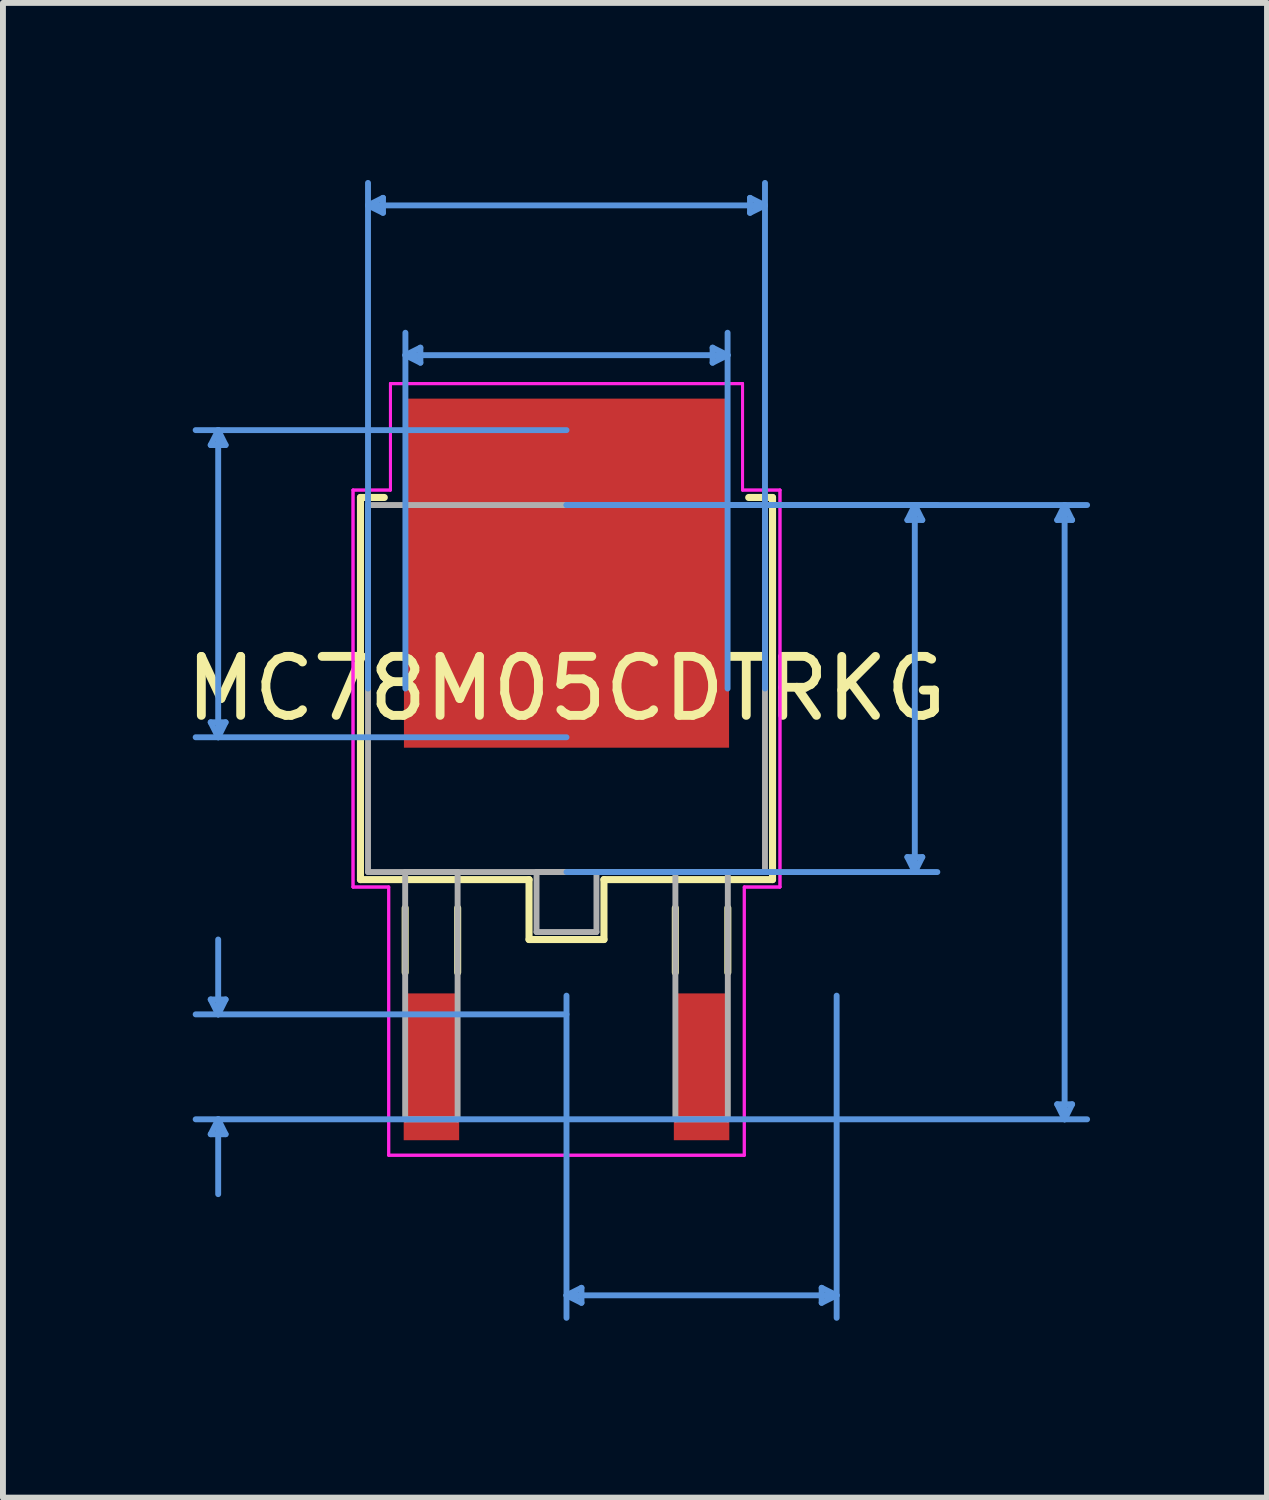
<source format=kicad_pcb>
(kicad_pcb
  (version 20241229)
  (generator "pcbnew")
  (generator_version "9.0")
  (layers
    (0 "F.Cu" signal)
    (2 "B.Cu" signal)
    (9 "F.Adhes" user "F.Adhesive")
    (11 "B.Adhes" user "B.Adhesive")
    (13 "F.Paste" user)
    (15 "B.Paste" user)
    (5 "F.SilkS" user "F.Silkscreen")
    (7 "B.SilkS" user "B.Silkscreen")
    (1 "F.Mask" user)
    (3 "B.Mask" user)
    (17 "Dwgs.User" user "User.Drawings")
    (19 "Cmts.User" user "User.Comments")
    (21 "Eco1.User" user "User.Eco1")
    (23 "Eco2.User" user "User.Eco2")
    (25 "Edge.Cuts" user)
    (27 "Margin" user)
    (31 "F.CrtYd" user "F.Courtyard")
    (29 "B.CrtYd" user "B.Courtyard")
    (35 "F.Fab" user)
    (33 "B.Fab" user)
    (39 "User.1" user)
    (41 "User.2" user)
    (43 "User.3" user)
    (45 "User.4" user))
  (footprint "MC78M05CDTRKG"
    (layer "F.Cu")
    (at 6.554 8.623)
    (property "Reference" "MC78M05CDTRKG" (at 0 0 0) (layer "F.SilkS") (effects (font (size 1 1) (thickness 0.15))))
    (attr through_hole)
    (fp_line (start -3.493 -3.239) (end -3.493 3.239) (stroke (width 0.12) (type solid)) (layer "F.SilkS"))
    (fp_line (start -3.493 3.239) (end -0.635 3.239) (stroke (width 0.12) (type solid)) (layer "F.SilkS"))
    (fp_line (start -3.089 -3.239) (end -3.493 -3.239) (stroke (width 0.12) (type solid)) (layer "F.SilkS"))
    (fp_line (start -2.735 3.721) (end -2.735 4.813) (stroke (width 0.12) (type solid)) (layer "F.SilkS"))
    (fp_line (start -1.845 3.721) (end -1.845 4.813) (stroke (width 0.12) (type solid)) (layer "F.SilkS"))
    (fp_line (start -0.635 3.239) (end -0.635 4.255) (stroke (width 0.12) (type solid)) (layer "F.SilkS"))
    (fp_line (start -0.635 4.255) (end 0.635 4.255) (stroke (width 0.12) (type solid)) (layer "F.SilkS"))
    (fp_line (start 0.635 3.239) (end 3.493 3.239) (stroke (width 0.12) (type solid)) (layer "F.SilkS"))
    (fp_line (start 0.635 4.255) (end 0.635 3.239) (stroke (width 0.12) (type solid)) (layer "F.SilkS"))
    (fp_line (start 1.845 3.721) (end 1.845 4.813) (stroke (width 0.12) (type solid)) (layer "F.SilkS"))
    (fp_line (start 2.735 3.721) (end 2.735 4.813) (stroke (width 0.12) (type solid)) (layer "F.SilkS"))
    (fp_line (start 3.493 -3.239) (end 3.089 -3.239) (stroke (width 0.12) (type solid)) (layer "F.SilkS"))
    (fp_line (start 3.493 3.239) (end 3.493 -3.239) (stroke (width 0.12) (type solid)) (layer "F.SilkS"))
    (fp_line (start -6.032 -4.128) (end -5.779 -4.128) (stroke (width 0.1) (type solid)) (layer "Cmts.User"))
    (fp_line (start -6.032 0.572) (end -5.779 0.572) (stroke (width 0.1) (type solid)) (layer "Cmts.User"))
    (fp_line (start -6.032 5.271) (end -5.779 5.271) (stroke (width 0.1) (type solid)) (layer "Cmts.User"))
    (fp_line (start -6.032 7.556) (end -5.779 7.556) (stroke (width 0.1) (type solid)) (layer "Cmts.User"))
    (fp_line (start -5.905 -4.381) (end -6.032 -4.128) (stroke (width 0.1) (type solid)) (layer "Cmts.User"))
    (fp_line (start -5.905 -4.381) (end -5.905 0.826) (stroke (width 0.1) (type solid)) (layer "Cmts.User"))
    (fp_line (start -5.905 -4.381) (end -5.779 -4.128) (stroke (width 0.1) (type solid)) (layer "Cmts.User"))
    (fp_line (start -5.905 0.826) (end -6.032 0.572) (stroke (width 0.1) (type solid)) (layer "Cmts.User"))
    (fp_line (start -5.905 0.826) (end -5.779 0.572) (stroke (width 0.1) (type solid)) (layer "Cmts.User"))
    (fp_line (start -5.905 5.524) (end -6.032 5.271) (stroke (width 0.1) (type solid)) (layer "Cmts.User"))
    (fp_line (start -5.905 5.524) (end -5.905 4.255) (stroke (width 0.1) (type solid)) (layer "Cmts.User"))
    (fp_line (start -5.905 5.524) (end -5.779 5.271) (stroke (width 0.1) (type solid)) (layer "Cmts.User"))
    (fp_line (start -5.905 7.303) (end -6.032 7.556) (stroke (width 0.1) (type solid)) (layer "Cmts.User"))
    (fp_line (start -5.905 7.303) (end -5.905 8.572) (stroke (width 0.1) (type solid)) (layer "Cmts.User"))
    (fp_line (start -5.905 7.303) (end -5.779 7.556) (stroke (width 0.1) (type solid)) (layer "Cmts.User"))
    (fp_line (start -3.365 -8.191) (end -3.111 -8.319) (stroke (width 0.1) (type solid)) (layer "Cmts.User"))
    (fp_line (start -3.365 -8.191) (end -3.111 -8.065) (stroke (width 0.1) (type solid)) (layer "Cmts.User"))
    (fp_line (start -3.365 -8.191) (end 3.365 -8.191) (stroke (width 0.1) (type solid)) (layer "Cmts.User"))
    (fp_line (start -3.365 0) (end -3.365 -8.572) (stroke (width 0.1) (type solid)) (layer "Cmts.User"))
    (fp_line (start -3.111 -8.319) (end -3.111 -8.065) (stroke (width 0.1) (type solid)) (layer "Cmts.User"))
    (fp_line (start -2.731 -5.652) (end -2.477 -5.779) (stroke (width 0.1) (type solid)) (layer "Cmts.User"))
    (fp_line (start -2.731 -5.652) (end -2.477 -5.524) (stroke (width 0.1) (type solid)) (layer "Cmts.User"))
    (fp_line (start -2.731 -5.652) (end 2.731 -5.652) (stroke (width 0.1) (type solid)) (layer "Cmts.User"))
    (fp_line (start -2.731 0) (end -2.731 -6.032) (stroke (width 0.1) (type solid)) (layer "Cmts.User"))
    (fp_line (start -2.477 -5.779) (end -2.477 -5.524) (stroke (width 0.1) (type solid)) (layer "Cmts.User"))
    (fp_line (start 0 -4.381) (end -6.287 -4.381) (stroke (width 0.1) (type solid)) (layer "Cmts.User"))
    (fp_line (start 0 -3.111) (end 6.287 -3.111) (stroke (width 0.1) (type solid)) (layer "Cmts.User"))
    (fp_line (start 0 -3.111) (end 8.826 -3.111) (stroke (width 0.1) (type solid)) (layer "Cmts.User"))
    (fp_line (start 0 0.826) (end -6.287 0.826) (stroke (width 0.1) (type solid)) (layer "Cmts.User"))
    (fp_line (start 0 3.111) (end 6.287 3.111) (stroke (width 0.1) (type solid)) (layer "Cmts.User"))
    (fp_line (start 0 5.207) (end 0 10.668) (stroke (width 0.1) (type solid)) (layer "Cmts.User"))
    (fp_line (start 0 5.524) (end -6.287 5.524) (stroke (width 0.1) (type solid)) (layer "Cmts.User"))
    (fp_line (start 0 7.303) (end -6.287 7.303) (stroke (width 0.1) (type solid)) (layer "Cmts.User"))
    (fp_line (start 0 7.303) (end 8.826 7.303) (stroke (width 0.1) (type solid)) (layer "Cmts.User"))
    (fp_line (start 0 10.287) (end 0.254 10.16) (stroke (width 0.1) (type solid)) (layer "Cmts.User"))
    (fp_line (start 0 10.287) (end 0.254 10.414) (stroke (width 0.1) (type solid)) (layer "Cmts.User"))
    (fp_line (start 0 10.287) (end 4.58 10.287) (stroke (width 0.1) (type solid)) (layer "Cmts.User"))
    (fp_line (start 0.254 10.16) (end 0.254 10.414) (stroke (width 0.1) (type solid)) (layer "Cmts.User"))
    (fp_line (start 2.477 -5.779) (end 2.477 -5.524) (stroke (width 0.1) (type solid)) (layer "Cmts.User"))
    (fp_line (start 2.731 -5.652) (end 2.477 -5.779) (stroke (width 0.1) (type solid)) (layer "Cmts.User"))
    (fp_line (start 2.731 -5.652) (end 2.477 -5.524) (stroke (width 0.1) (type solid)) (layer "Cmts.User"))
    (fp_line (start 2.731 0) (end 2.731 -6.032) (stroke (width 0.1) (type solid)) (layer "Cmts.User"))
    (fp_line (start 3.111 -8.319) (end 3.111 -8.065) (stroke (width 0.1) (type solid)) (layer "Cmts.User"))
    (fp_line (start 3.365 -8.191) (end 3.111 -8.319) (stroke (width 0.1) (type solid)) (layer "Cmts.User"))
    (fp_line (start 3.365 -8.191) (end 3.111 -8.065) (stroke (width 0.1) (type solid)) (layer "Cmts.User"))
    (fp_line (start 3.365 0) (end 3.365 -8.572) (stroke (width 0.1) (type solid)) (layer "Cmts.User"))
    (fp_line (start 4.326 10.16) (end 4.326 10.414) (stroke (width 0.1) (type solid)) (layer "Cmts.User"))
    (fp_line (start 4.58 5.207) (end 4.58 10.668) (stroke (width 0.1) (type solid)) (layer "Cmts.User"))
    (fp_line (start 4.58 10.287) (end 4.326 10.16) (stroke (width 0.1) (type solid)) (layer "Cmts.User"))
    (fp_line (start 4.58 10.287) (end 4.326 10.414) (stroke (width 0.1) (type solid)) (layer "Cmts.User"))
    (fp_line (start 5.779 -2.857) (end 6.032 -2.857) (stroke (width 0.1) (type solid)) (layer "Cmts.User"))
    (fp_line (start 5.779 2.857) (end 6.032 2.857) (stroke (width 0.1) (type solid)) (layer "Cmts.User"))
    (fp_line (start 5.905 -3.111) (end 5.779 -2.857) (stroke (width 0.1) (type solid)) (layer "Cmts.User"))
    (fp_line (start 5.905 -3.111) (end 5.905 3.111) (stroke (width 0.1) (type solid)) (layer "Cmts.User"))
    (fp_line (start 5.905 -3.111) (end 6.032 -2.857) (stroke (width 0.1) (type solid)) (layer "Cmts.User"))
    (fp_line (start 5.905 3.111) (end 5.779 2.857) (stroke (width 0.1) (type solid)) (layer "Cmts.User"))
    (fp_line (start 5.905 3.111) (end 6.032 2.857) (stroke (width 0.1) (type solid)) (layer "Cmts.User"))
    (fp_line (start 8.319 -2.857) (end 8.572 -2.857) (stroke (width 0.1) (type solid)) (layer "Cmts.User"))
    (fp_line (start 8.319 7.048) (end 8.572 7.048) (stroke (width 0.1) (type solid)) (layer "Cmts.User"))
    (fp_line (start 8.445 -3.111) (end 8.319 -2.857) (stroke (width 0.1) (type solid)) (layer "Cmts.User"))
    (fp_line (start 8.445 -3.111) (end 8.445 7.303) (stroke (width 0.1) (type solid)) (layer "Cmts.User"))
    (fp_line (start 8.445 -3.111) (end 8.572 -2.857) (stroke (width 0.1) (type solid)) (layer "Cmts.User"))
    (fp_line (start 8.445 7.303) (end 8.319 7.048) (stroke (width 0.1) (type solid)) (layer "Cmts.User"))
    (fp_line (start 8.445 7.303) (end 8.572 7.048) (stroke (width 0.1) (type solid)) (layer "Cmts.User"))
    (fp_line (start -3.619 -3.365) (end -2.985 -3.365) (stroke (width 0.05) (type solid)) (layer "F.CrtYd"))
    (fp_line (start -3.619 -3.365) (end -2.985 -3.365) (stroke (width 0.05) (type solid)) (layer "F.CrtYd"))
    (fp_line (start -3.619 3.365) (end -3.619 -3.365) (stroke (width 0.05) (type solid)) (layer "F.CrtYd"))
    (fp_line (start -3.619 3.365) (end -3.619 -3.365) (stroke (width 0.05) (type solid)) (layer "F.CrtYd"))
    (fp_line (start -3.014 3.365) (end -3.619 3.365) (stroke (width 0.05) (type solid)) (layer "F.CrtYd"))
    (fp_line (start -3.014 3.365) (end -3.619 3.365) (stroke (width 0.05) (type solid)) (layer "F.CrtYd"))
    (fp_line (start -3.014 7.912) (end -3.014 3.365) (stroke (width 0.05) (type solid)) (layer "F.CrtYd"))
    (fp_line (start -3.014 7.912) (end -3.014 3.365) (stroke (width 0.05) (type solid)) (layer "F.CrtYd"))
    (fp_line (start -2.985 -5.169) (end 2.985 -5.169) (stroke (width 0.05) (type solid)) (layer "F.CrtYd"))
    (fp_line (start -2.985 -5.169) (end 2.985 -5.169) (stroke (width 0.05) (type solid)) (layer "F.CrtYd"))
    (fp_line (start -2.985 -3.365) (end -2.985 -5.169) (stroke (width 0.05) (type solid)) (layer "F.CrtYd"))
    (fp_line (start -2.985 -3.365) (end -2.985 -5.169) (stroke (width 0.05) (type solid)) (layer "F.CrtYd"))
    (fp_line (start 2.985 -5.169) (end 2.985 -3.365) (stroke (width 0.05) (type solid)) (layer "F.CrtYd"))
    (fp_line (start 2.985 -5.169) (end 2.985 -3.365) (stroke (width 0.05) (type solid)) (layer "F.CrtYd"))
    (fp_line (start 2.985 -3.365) (end 3.619 -3.365) (stroke (width 0.05) (type solid)) (layer "F.CrtYd"))
    (fp_line (start 2.985 -3.365) (end 3.619 -3.365) (stroke (width 0.05) (type solid)) (layer "F.CrtYd"))
    (fp_line (start 3.014 3.365) (end 3.014 7.912) (stroke (width 0.05) (type solid)) (layer "F.CrtYd"))
    (fp_line (start 3.014 3.365) (end 3.014 7.912) (stroke (width 0.05) (type solid)) (layer "F.CrtYd"))
    (fp_line (start 3.014 7.912) (end -3.014 7.912) (stroke (width 0.05) (type solid)) (layer "F.CrtYd"))
    (fp_line (start 3.014 7.912) (end -3.014 7.912) (stroke (width 0.05) (type solid)) (layer "F.CrtYd"))
    (fp_line (start 3.619 -3.365) (end 3.619 3.365) (stroke (width 0.05) (type solid)) (layer "F.CrtYd"))
    (fp_line (start 3.619 -3.365) (end 3.619 3.365) (stroke (width 0.05) (type solid)) (layer "F.CrtYd"))
    (fp_line (start 3.619 3.365) (end 3.014 3.365) (stroke (width 0.05) (type solid)) (layer "F.CrtYd"))
    (fp_line (start 3.619 3.365) (end 3.014 3.365) (stroke (width 0.05) (type solid)) (layer "F.CrtYd"))
    (fp_line (start -3.365 -3.111) (end -3.365 3.111) (stroke (width 0.1) (type solid)) (layer "F.Fab"))
    (fp_line (start -3.365 3.111) (end 3.365 3.111) (stroke (width 0.1) (type solid)) (layer "F.Fab"))
    (fp_line (start -2.735 3.111) (end -2.735 7.303) (stroke (width 0.1) (type solid)) (layer "F.Fab"))
    (fp_line (start -2.735 7.303) (end -1.846 7.303) (stroke (width 0.1) (type solid)) (layer "F.Fab"))
    (fp_line (start -1.846 3.111) (end -2.735 3.111) (stroke (width 0.1) (type solid)) (layer "F.Fab"))
    (fp_line (start -1.846 7.303) (end -1.846 3.111) (stroke (width 0.1) (type solid)) (layer "F.Fab"))
    (fp_line (start -0.508 3.111) (end -0.508 4.128) (stroke (width 0.1) (type solid)) (layer "F.Fab"))
    (fp_line (start -0.508 4.128) (end 0.508 4.128) (stroke (width 0.1) (type solid)) (layer "F.Fab"))
    (fp_line (start 0.508 3.111) (end -0.508 3.111) (stroke (width 0.1) (type solid)) (layer "F.Fab"))
    (fp_line (start 0.508 4.128) (end 0.508 3.111) (stroke (width 0.1) (type solid)) (layer "F.Fab"))
    (fp_line (start 1.846 3.111) (end 1.846 7.303) (stroke (width 0.1) (type solid)) (layer "F.Fab"))
    (fp_line (start 1.846 7.303) (end 2.735 7.303) (stroke (width 0.1) (type solid)) (layer "F.Fab"))
    (fp_line (start 2.735 3.111) (end 1.846 3.111) (stroke (width 0.1) (type solid)) (layer "F.Fab"))
    (fp_line (start 2.735 7.303) (end 2.735 3.111) (stroke (width 0.1) (type solid)) (layer "F.Fab"))
    (fp_line (start 3.365 -3.111) (end -3.365 -3.111) (stroke (width 0.1) (type solid)) (layer "F.Fab"))
    (fp_line (start 3.365 3.111) (end 3.365 -3.111) (stroke (width 0.1) (type solid)) (layer "F.Fab"))
    (pad "1" smd rect (at -2.29 6.413) (size 0.94 2.489) (layers "F.Cu" "F.Mask" "F.Paste"))
    (pad "3" smd rect (at 2.29 6.413) (size 0.94 2.489) (layers "F.Cu" "F.Mask" "F.Paste"))
    (pad "4" smd rect (at 0 -1.956) (size 5.512 5.918) (layers "F.Cu" "F.Mask" "F.Paste")))
  (gr_rect
    (start -3 -3)
    (end 18.43 22.34)
    (stroke (width 0.1) (type default))
    (fill no)
    (layer "Edge.Cuts")))
</source>
